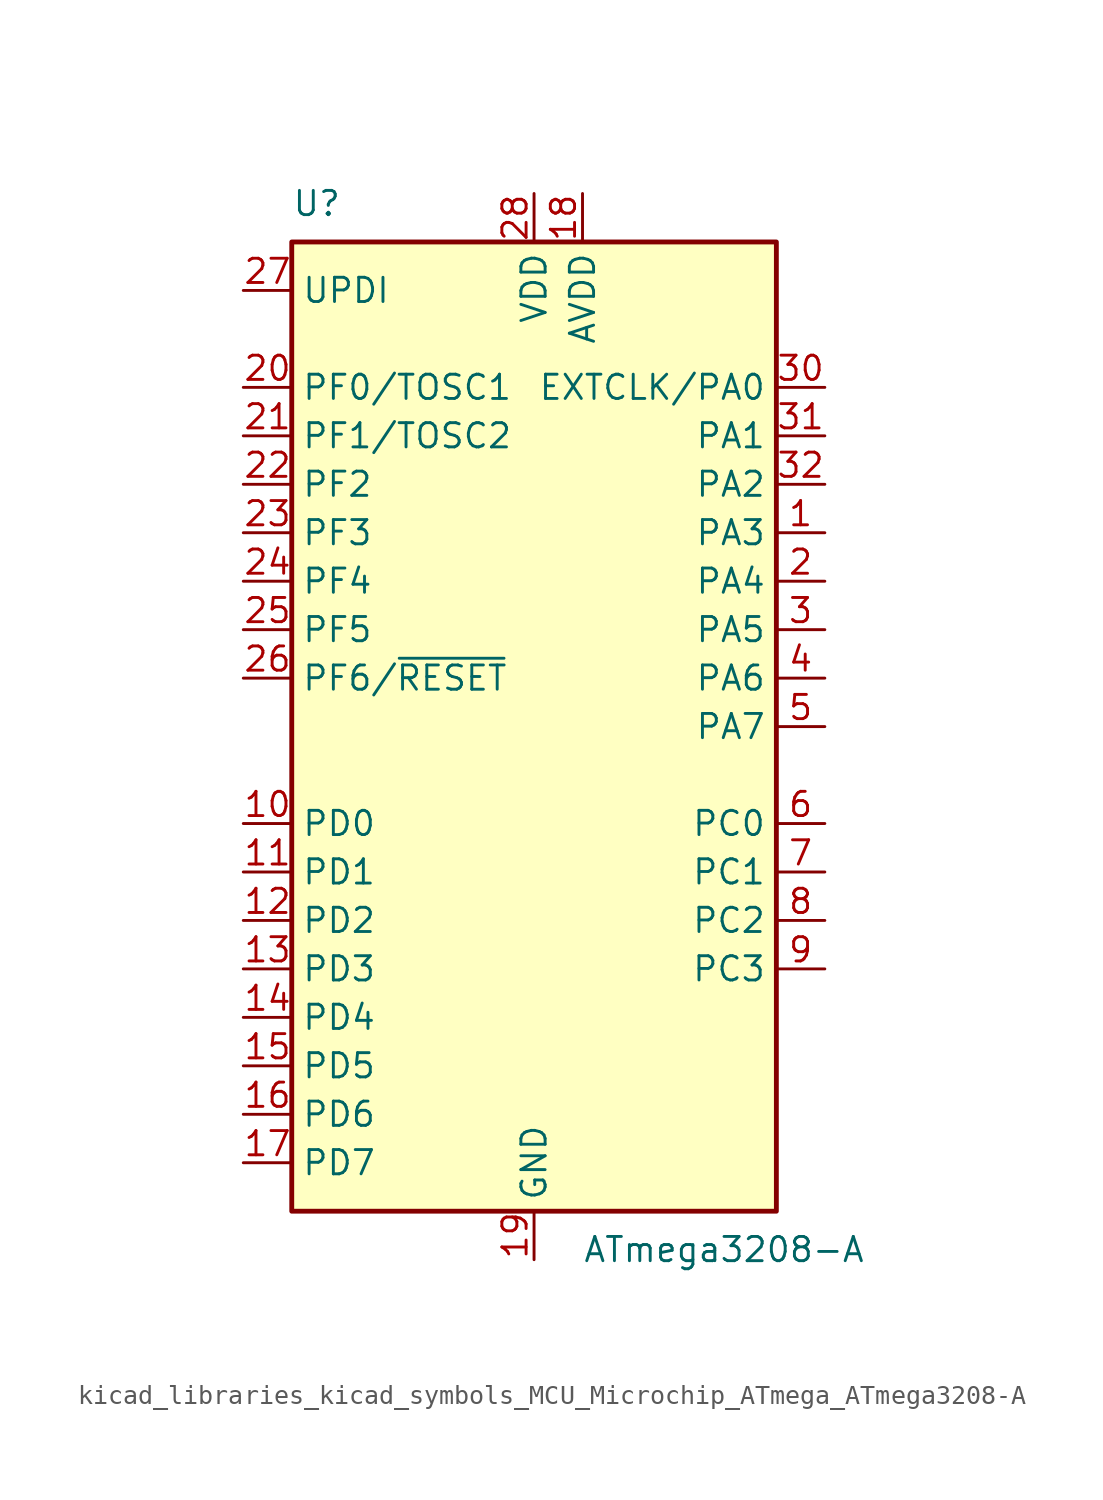
<source format=kicad_sym>
(kicad_symbol_lib
  (version 20220914)
  (generator kicad_symbol_editor)
  (symbol "kicad_libraries_kicad_symbols_MCU_Microchip_ATmega_ATmega3208-A"
    (property "Reference" "U"
      (at -12.7 26.67 0)
      (effects (font (size 1.27 1.27)) (justify left bottom)))
    (property "Value" "ATmega3208-A"
      (at 2.54 -26.67 0)
      (effects (font (size 1.27 1.27)) (justify left top)))
    (symbol "kicad_libraries_kicad_symbols_MCU_Microchip_ATmega_ATmega3208-A_0_1"
      (rectangle (start -12.7 -25.4) (end 12.7 25.4) (stroke (width 0.254) (type default)) (fill (type background))))
    (symbol "kicad_libraries_kicad_symbols_MCU_Microchip_ATmega_ATmega3208-A_1_1"
      (pin bidirectional line (at 15.24 10.16 180) (length 2.54) (name "PA3" (effects (font (size 1.27 1.27)))) (number "1" (effects (font (size 1.27 1.27)))))
      (pin bidirectional line (at -15.24 -5.08 0) (length 2.54) (name "PD0" (effects (font (size 1.27 1.27)))) (number "10" (effects (font (size 1.27 1.27)))))
      (pin bidirectional line (at -15.24 -7.62 0) (length 2.54) (name "PD1" (effects (font (size 1.27 1.27)))) (number "11" (effects (font (size 1.27 1.27)))))
      (pin bidirectional line (at -15.24 -10.16 0) (length 2.54) (name "PD2" (effects (font (size 1.27 1.27)))) (number "12" (effects (font (size 1.27 1.27)))))
      (pin bidirectional line (at -15.24 -12.7 0) (length 2.54) (name "PD3" (effects (font (size 1.27 1.27)))) (number "13" (effects (font (size 1.27 1.27)))))
      (pin bidirectional line (at -15.24 -15.24 0) (length 2.54) (name "PD4" (effects (font (size 1.27 1.27)))) (number "14" (effects (font (size 1.27 1.27)))))
      (pin bidirectional line (at -15.24 -17.78 0) (length 2.54) (name "PD5" (effects (font (size 1.27 1.27)))) (number "15" (effects (font (size 1.27 1.27)))))
      (pin bidirectional line (at -15.24 -20.32 0) (length 2.54) (name "PD6" (effects (font (size 1.27 1.27)))) (number "16" (effects (font (size 1.27 1.27)))))
      (pin bidirectional line (at -15.24 -22.86 0) (length 2.54) (name "PD7" (effects (font (size 1.27 1.27)))) (number "17" (effects (font (size 1.27 1.27)))))
      (pin power_in line (at 2.54 27.94 270) (length 2.54) (name "AVDD" (effects (font (size 1.27 1.27)))) (number "18" (effects (font (size 1.27 1.27)))))
      (pin power_in line (at 0 -27.94 90) (length 2.54) (name "GND" (effects (font (size 1.27 1.27)))) (number "19" (effects (font (size 1.27 1.27)))))
      (pin bidirectional line (at 15.24 7.62 180) (length 2.54) (name "PA4" (effects (font (size 1.27 1.27)))) (number "2" (effects (font (size 1.27 1.27)))))
      (pin bidirectional line (at -15.24 17.78 0) (length 2.54) (name "PF0/TOSC1" (effects (font (size 1.27 1.27)))) (number "20" (effects (font (size 1.27 1.27)))))
      (pin bidirectional line (at -15.24 15.24 0) (length 2.54) (name "PF1/TOSC2" (effects (font (size 1.27 1.27)))) (number "21" (effects (font (size 1.27 1.27)))))
      (pin bidirectional line (at -15.24 12.7 0) (length 2.54) (name "PF2" (effects (font (size 1.27 1.27)))) (number "22" (effects (font (size 1.27 1.27)))))
      (pin bidirectional line (at -15.24 10.16 0) (length 2.54) (name "PF3" (effects (font (size 1.27 1.27)))) (number "23" (effects (font (size 1.27 1.27)))))
      (pin bidirectional line (at -15.24 7.62 0) (length 2.54) (name "PF4" (effects (font (size 1.27 1.27)))) (number "24" (effects (font (size 1.27 1.27)))))
      (pin bidirectional line (at -15.24 5.08 0) (length 2.54) (name "PF5" (effects (font (size 1.27 1.27)))) (number "25" (effects (font (size 1.27 1.27)))))
      (pin bidirectional line (at -15.24 2.54 0) (length 2.54) (name "PF6/~{RESET}" (effects (font (size 1.27 1.27)))) (number "26" (effects (font (size 1.27 1.27)))))
      (pin bidirectional line (at -15.24 22.86 0) (length 2.54) (name "UPDI" (effects (font (size 1.27 1.27)))) (number "27" (effects (font (size 1.27 1.27)))))
      (pin power_in line (at 0 27.94 270) (length 2.54) (name "VDD" (effects (font (size 1.27 1.27)))) (number "28" (effects (font (size 1.27 1.27)))))
      (pin passive line (at 0 -27.94 90) (length 2.54) hide (name "GND" (effects (font (size 1.27 1.27)))) (number "29" (effects (font (size 1.27 1.27)))))
      (pin bidirectional line (at 15.24 5.08 180) (length 2.54) (name "PA5" (effects (font (size 1.27 1.27)))) (number "3" (effects (font (size 1.27 1.27)))))
      (pin bidirectional line (at 15.24 17.78 180) (length 2.54) (name "EXTCLK/PA0" (effects (font (size 1.27 1.27)))) (number "30" (effects (font (size 1.27 1.27)))))
      (pin bidirectional line (at 15.24 15.24 180) (length 2.54) (name "PA1" (effects (font (size 1.27 1.27)))) (number "31" (effects (font (size 1.27 1.27)))))
      (pin bidirectional line (at 15.24 12.7 180) (length 2.54) (name "PA2" (effects (font (size 1.27 1.27)))) (number "32" (effects (font (size 1.27 1.27)))))
      (pin bidirectional line (at 15.24 2.54 180) (length 2.54) (name "PA6" (effects (font (size 1.27 1.27)))) (number "4" (effects (font (size 1.27 1.27)))))
      (pin bidirectional line (at 15.24 0 180) (length 2.54) (name "PA7" (effects (font (size 1.27 1.27)))) (number "5" (effects (font (size 1.27 1.27)))))
      (pin bidirectional line (at 15.24 -5.08 180) (length 2.54) (name "PC0" (effects (font (size 1.27 1.27)))) (number "6" (effects (font (size 1.27 1.27)))))
      (pin bidirectional line (at 15.24 -7.62 180) (length 2.54) (name "PC1" (effects (font (size 1.27 1.27)))) (number "7" (effects (font (size 1.27 1.27)))))
      (pin bidirectional line (at 15.24 -10.16 180) (length 2.54) (name "PC2" (effects (font (size 1.27 1.27)))) (number "8" (effects (font (size 1.27 1.27)))))
      (pin bidirectional line (at 15.24 -12.7 180) (length 2.54) (name "PC3" (effects (font (size 1.27 1.27)))) (number "9" (effects (font (size 1.27 1.27))))))))
</source>
